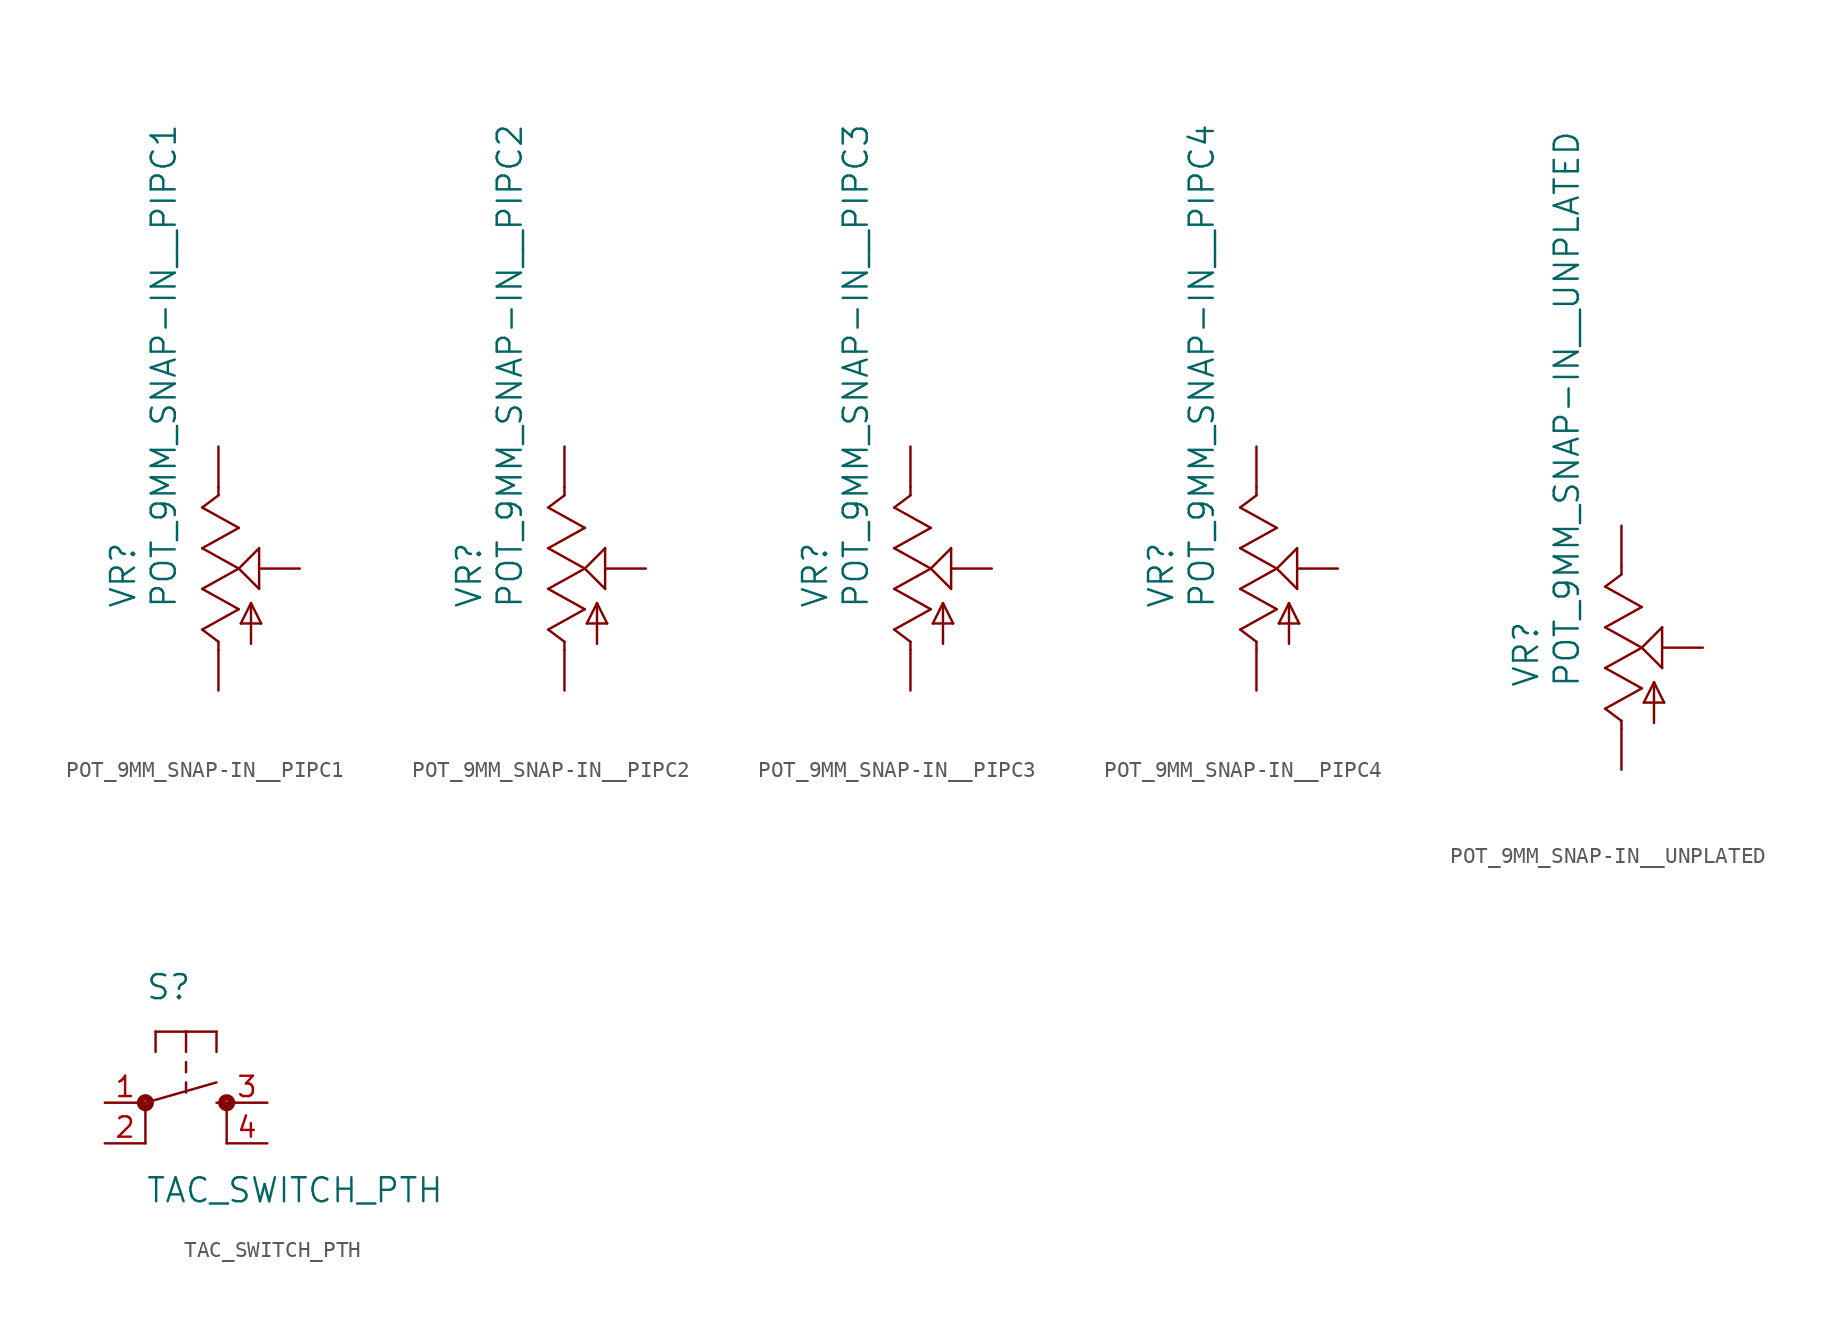
<source format=kicad_sym>
(kicad_symbol_lib
  (version 20231120)
  (generator "kicad_symbol_editor")
  (generator_version "8.0")
  (symbol "POT_9MM_SNAP-IN__PIPC1"
    (pin_names
      (offset 1.016))
    (property "Reference" "VR"
      (at -5.08 -2.54 90)
      (effects (font (size 1.499 1.499)) (justify left bottom)))
    (property "Value" "POT_9MM_SNAP-IN__PIPC1"
      (at -2.54 -2.54 90)
      (effects (font (size 1.499 1.499)) (justify left bottom)))
    (property "ki_locked" ""
      (at 0 0 0)
      (effects (font (size 1.27 1.27))))
    (symbol "POT_9MM_SNAP-IN__PIPC1_1_0"
      (polyline (pts (xy -1.016 -3.81) (xy 1.27 -2.54)) (stroke (width 0) (type solid)) (fill (type none)))
      (polyline (pts (xy -1.016 -1.27) (xy 1.27 0)) (stroke (width 0) (type solid)) (fill (type none)))
      (polyline (pts (xy -1.016 1.27) (xy 1.27 2.54)) (stroke (width 0) (type solid)) (fill (type none)))
      (polyline (pts (xy -1.016 3.81) (xy 0 4.572)) (stroke (width 0) (type solid)) (fill (type none)))
      (polyline (pts (xy 0 -5.08) (xy 0 -4.572)) (stroke (width 0) (type solid)) (fill (type none)))
      (polyline (pts (xy 0 -4.572) (xy -1.016 -3.81)) (stroke (width 0) (type solid)) (fill (type none)))
      (polyline (pts (xy 0 4.572) (xy 0 5.08)) (stroke (width 0) (type solid)) (fill (type none)))
      (polyline (pts (xy 1.27 -2.54) (xy -1.016 -1.27)) (stroke (width 0) (type solid)) (fill (type none)))
      (polyline (pts (xy 1.27 0) (xy -1.016 1.27)) (stroke (width 0) (type solid)) (fill (type none)))
      (polyline (pts (xy 1.27 0) (xy 2.54 1.27)) (stroke (width 0) (type solid)) (fill (type none)))
      (polyline (pts (xy 1.27 2.54) (xy -1.016 3.81)) (stroke (width 0) (type solid)) (fill (type none)))
      (polyline (pts (xy 1.397 -3.429) (xy 2.032 -2.159)) (stroke (width 0) (type solid)) (fill (type none)))
      (polyline (pts (xy 2.032 -4.699) (xy 2.032 -2.159)) (stroke (width 0) (type solid)) (fill (type none)))
      (polyline (pts (xy 2.032 -2.159) (xy 2.667 -3.429)) (stroke (width 0) (type solid)) (fill (type none)))
      (polyline (pts (xy 2.54 -1.27) (xy 1.27 0)) (stroke (width 0) (type solid)) (fill (type none)))
      (polyline (pts (xy 2.54 1.27) (xy 2.54 -1.27)) (stroke (width 0) (type solid)) (fill (type none)))
      (polyline (pts (xy 2.667 -3.429) (xy 1.397 -3.429)) (stroke (width 0) (type solid)) (fill (type none)))
      (pin passive line (at 0 -7.62 90) (length 2.54) (name "1" (effects (font (size 0 0)))) (number "1" (effects (font (size 0 0)))))
      (pin passive line (at 5.08 0 180) (length 2.54) (name "2" (effects (font (size 0 0)))) (number "2" (effects (font (size 0 0)))))
      (pin passive line (at 0 7.62 270) (length 2.54) (name "3" (effects (font (size 0 0)))) (number "3" (effects (font (size 0 0)))))))
  (symbol "POT_9MM_SNAP-IN__PIPC2"
    (pin_names
      (offset 1.016))
    (property "Reference" "VR"
      (at -5.08 -2.54 90)
      (effects (font (size 1.499 1.499)) (justify left bottom)))
    (property "Value" "POT_9MM_SNAP-IN__PIPC2"
      (at -2.54 -2.54 90)
      (effects (font (size 1.499 1.499)) (justify left bottom)))
    (property "ki_locked" ""
      (at 0 0 0)
      (effects (font (size 1.27 1.27))))
    (symbol "POT_9MM_SNAP-IN__PIPC2_1_0"
      (polyline (pts (xy -1.016 -3.81) (xy 1.27 -2.54)) (stroke (width 0) (type solid)) (fill (type none)))
      (polyline (pts (xy -1.016 -1.27) (xy 1.27 0)) (stroke (width 0) (type solid)) (fill (type none)))
      (polyline (pts (xy -1.016 1.27) (xy 1.27 2.54)) (stroke (width 0) (type solid)) (fill (type none)))
      (polyline (pts (xy -1.016 3.81) (xy 0 4.572)) (stroke (width 0) (type solid)) (fill (type none)))
      (polyline (pts (xy 0 -5.08) (xy 0 -4.572)) (stroke (width 0) (type solid)) (fill (type none)))
      (polyline (pts (xy 0 -4.572) (xy -1.016 -3.81)) (stroke (width 0) (type solid)) (fill (type none)))
      (polyline (pts (xy 0 4.572) (xy 0 5.08)) (stroke (width 0) (type solid)) (fill (type none)))
      (polyline (pts (xy 1.27 -2.54) (xy -1.016 -1.27)) (stroke (width 0) (type solid)) (fill (type none)))
      (polyline (pts (xy 1.27 0) (xy -1.016 1.27)) (stroke (width 0) (type solid)) (fill (type none)))
      (polyline (pts (xy 1.27 0) (xy 2.54 1.27)) (stroke (width 0) (type solid)) (fill (type none)))
      (polyline (pts (xy 1.27 2.54) (xy -1.016 3.81)) (stroke (width 0) (type solid)) (fill (type none)))
      (polyline (pts (xy 1.397 -3.429) (xy 2.032 -2.159)) (stroke (width 0) (type solid)) (fill (type none)))
      (polyline (pts (xy 2.032 -4.699) (xy 2.032 -2.159)) (stroke (width 0) (type solid)) (fill (type none)))
      (polyline (pts (xy 2.032 -2.159) (xy 2.667 -3.429)) (stroke (width 0) (type solid)) (fill (type none)))
      (polyline (pts (xy 2.54 -1.27) (xy 1.27 0)) (stroke (width 0) (type solid)) (fill (type none)))
      (polyline (pts (xy 2.54 1.27) (xy 2.54 -1.27)) (stroke (width 0) (type solid)) (fill (type none)))
      (polyline (pts (xy 2.667 -3.429) (xy 1.397 -3.429)) (stroke (width 0) (type solid)) (fill (type none)))
      (pin passive line (at 0 -7.62 90) (length 2.54) (name "1" (effects (font (size 0 0)))) (number "1" (effects (font (size 0 0)))))
      (pin passive line (at 5.08 0 180) (length 2.54) (name "2" (effects (font (size 0 0)))) (number "2" (effects (font (size 0 0)))))
      (pin passive line (at 0 7.62 270) (length 2.54) (name "3" (effects (font (size 0 0)))) (number "3" (effects (font (size 0 0)))))))
  (symbol "POT_9MM_SNAP-IN__PIPC3"
    (pin_names
      (offset 1.016))
    (property "Reference" "VR"
      (at -5.08 -2.54 90)
      (effects (font (size 1.499 1.499)) (justify left bottom)))
    (property "Value" "POT_9MM_SNAP-IN__PIPC3"
      (at -2.54 -2.54 90)
      (effects (font (size 1.499 1.499)) (justify left bottom)))
    (property "ki_locked" ""
      (at 0 0 0)
      (effects (font (size 1.27 1.27))))
    (symbol "POT_9MM_SNAP-IN__PIPC3_1_0"
      (polyline (pts (xy -1.016 -3.81) (xy 1.27 -2.54)) (stroke (width 0) (type solid)) (fill (type none)))
      (polyline (pts (xy -1.016 -1.27) (xy 1.27 0)) (stroke (width 0) (type solid)) (fill (type none)))
      (polyline (pts (xy -1.016 1.27) (xy 1.27 2.54)) (stroke (width 0) (type solid)) (fill (type none)))
      (polyline (pts (xy -1.016 3.81) (xy 0 4.572)) (stroke (width 0) (type solid)) (fill (type none)))
      (polyline (pts (xy 0 -5.08) (xy 0 -4.572)) (stroke (width 0) (type solid)) (fill (type none)))
      (polyline (pts (xy 0 -4.572) (xy -1.016 -3.81)) (stroke (width 0) (type solid)) (fill (type none)))
      (polyline (pts (xy 0 4.572) (xy 0 5.08)) (stroke (width 0) (type solid)) (fill (type none)))
      (polyline (pts (xy 1.27 -2.54) (xy -1.016 -1.27)) (stroke (width 0) (type solid)) (fill (type none)))
      (polyline (pts (xy 1.27 0) (xy -1.016 1.27)) (stroke (width 0) (type solid)) (fill (type none)))
      (polyline (pts (xy 1.27 0) (xy 2.54 1.27)) (stroke (width 0) (type solid)) (fill (type none)))
      (polyline (pts (xy 1.27 2.54) (xy -1.016 3.81)) (stroke (width 0) (type solid)) (fill (type none)))
      (polyline (pts (xy 1.397 -3.429) (xy 2.032 -2.159)) (stroke (width 0) (type solid)) (fill (type none)))
      (polyline (pts (xy 2.032 -4.699) (xy 2.032 -2.159)) (stroke (width 0) (type solid)) (fill (type none)))
      (polyline (pts (xy 2.032 -2.159) (xy 2.667 -3.429)) (stroke (width 0) (type solid)) (fill (type none)))
      (polyline (pts (xy 2.54 -1.27) (xy 1.27 0)) (stroke (width 0) (type solid)) (fill (type none)))
      (polyline (pts (xy 2.54 1.27) (xy 2.54 -1.27)) (stroke (width 0) (type solid)) (fill (type none)))
      (polyline (pts (xy 2.667 -3.429) (xy 1.397 -3.429)) (stroke (width 0) (type solid)) (fill (type none)))
      (pin passive line (at 0 -7.62 90) (length 2.54) (name "1" (effects (font (size 0 0)))) (number "1" (effects (font (size 0 0)))))
      (pin passive line (at 5.08 0 180) (length 2.54) (name "2" (effects (font (size 0 0)))) (number "2" (effects (font (size 0 0)))))
      (pin passive line (at 0 7.62 270) (length 2.54) (name "3" (effects (font (size 0 0)))) (number "3" (effects (font (size 0 0)))))))
  (symbol "POT_9MM_SNAP-IN__PIPC4"
    (pin_names
      (offset 1.016))
    (property "Reference" "VR"
      (at -5.08 -2.54 90)
      (effects (font (size 1.499 1.499)) (justify left bottom)))
    (property "Value" "POT_9MM_SNAP-IN__PIPC4"
      (at -2.54 -2.54 90)
      (effects (font (size 1.499 1.499)) (justify left bottom)))
    (property "ki_locked" ""
      (at 0 0 0)
      (effects (font (size 1.27 1.27))))
    (symbol "POT_9MM_SNAP-IN__PIPC4_1_0"
      (polyline (pts (xy -1.016 -3.81) (xy 1.27 -2.54)) (stroke (width 0) (type solid)) (fill (type none)))
      (polyline (pts (xy -1.016 -1.27) (xy 1.27 0)) (stroke (width 0) (type solid)) (fill (type none)))
      (polyline (pts (xy -1.016 1.27) (xy 1.27 2.54)) (stroke (width 0) (type solid)) (fill (type none)))
      (polyline (pts (xy -1.016 3.81) (xy 0 4.572)) (stroke (width 0) (type solid)) (fill (type none)))
      (polyline (pts (xy 0 -5.08) (xy 0 -4.572)) (stroke (width 0) (type solid)) (fill (type none)))
      (polyline (pts (xy 0 -4.572) (xy -1.016 -3.81)) (stroke (width 0) (type solid)) (fill (type none)))
      (polyline (pts (xy 0 4.572) (xy 0 5.08)) (stroke (width 0) (type solid)) (fill (type none)))
      (polyline (pts (xy 1.27 -2.54) (xy -1.016 -1.27)) (stroke (width 0) (type solid)) (fill (type none)))
      (polyline (pts (xy 1.27 0) (xy -1.016 1.27)) (stroke (width 0) (type solid)) (fill (type none)))
      (polyline (pts (xy 1.27 0) (xy 2.54 1.27)) (stroke (width 0) (type solid)) (fill (type none)))
      (polyline (pts (xy 1.27 2.54) (xy -1.016 3.81)) (stroke (width 0) (type solid)) (fill (type none)))
      (polyline (pts (xy 1.397 -3.429) (xy 2.032 -2.159)) (stroke (width 0) (type solid)) (fill (type none)))
      (polyline (pts (xy 2.032 -4.699) (xy 2.032 -2.159)) (stroke (width 0) (type solid)) (fill (type none)))
      (polyline (pts (xy 2.032 -2.159) (xy 2.667 -3.429)) (stroke (width 0) (type solid)) (fill (type none)))
      (polyline (pts (xy 2.54 -1.27) (xy 1.27 0)) (stroke (width 0) (type solid)) (fill (type none)))
      (polyline (pts (xy 2.54 1.27) (xy 2.54 -1.27)) (stroke (width 0) (type solid)) (fill (type none)))
      (polyline (pts (xy 2.667 -3.429) (xy 1.397 -3.429)) (stroke (width 0) (type solid)) (fill (type none)))
      (pin passive line (at 0 -7.62 90) (length 2.54) (name "1" (effects (font (size 0 0)))) (number "1" (effects (font (size 0 0)))))
      (pin passive line (at 5.08 0 180) (length 2.54) (name "2" (effects (font (size 0 0)))) (number "2" (effects (font (size 0 0)))))
      (pin passive line (at 0 7.62 270) (length 2.54) (name "3" (effects (font (size 0 0)))) (number "3" (effects (font (size 0 0)))))))
  (symbol "POT_9MM_SNAP-IN__UNPLATED"
    (pin_names
      (offset 1.016))
    (property "Reference" "VR"
      (at -5.08 -2.54 90)
      (effects (font (size 1.499 1.499)) (justify left bottom)))
    (property "Value" "POT_9MM_SNAP-IN__UNPLATED"
      (at -2.54 -2.54 90)
      (effects (font (size 1.499 1.499)) (justify left bottom)))
    (property "ki_locked" ""
      (at 0 0 0)
      (effects (font (size 1.27 1.27))))
    (symbol "POT_9MM_SNAP-IN__UNPLATED_1_0"
      (polyline (pts (xy -1.016 -3.81) (xy 1.27 -2.54)) (stroke (width 0) (type solid)) (fill (type none)))
      (polyline (pts (xy -1.016 -1.27) (xy 1.27 0)) (stroke (width 0) (type solid)) (fill (type none)))
      (polyline (pts (xy -1.016 1.27) (xy 1.27 2.54)) (stroke (width 0) (type solid)) (fill (type none)))
      (polyline (pts (xy -1.016 3.81) (xy 0 4.572)) (stroke (width 0) (type solid)) (fill (type none)))
      (polyline (pts (xy 0 -5.08) (xy 0 -4.572)) (stroke (width 0) (type solid)) (fill (type none)))
      (polyline (pts (xy 0 -4.572) (xy -1.016 -3.81)) (stroke (width 0) (type solid)) (fill (type none)))
      (polyline (pts (xy 0 4.572) (xy 0 5.08)) (stroke (width 0) (type solid)) (fill (type none)))
      (polyline (pts (xy 1.27 -2.54) (xy -1.016 -1.27)) (stroke (width 0) (type solid)) (fill (type none)))
      (polyline (pts (xy 1.27 0) (xy -1.016 1.27)) (stroke (width 0) (type solid)) (fill (type none)))
      (polyline (pts (xy 1.27 0) (xy 2.54 1.27)) (stroke (width 0) (type solid)) (fill (type none)))
      (polyline (pts (xy 1.27 2.54) (xy -1.016 3.81)) (stroke (width 0) (type solid)) (fill (type none)))
      (polyline (pts (xy 1.397 -3.429) (xy 2.032 -2.159)) (stroke (width 0) (type solid)) (fill (type none)))
      (polyline (pts (xy 2.032 -4.699) (xy 2.032 -2.159)) (stroke (width 0) (type solid)) (fill (type none)))
      (polyline (pts (xy 2.032 -2.159) (xy 2.667 -3.429)) (stroke (width 0) (type solid)) (fill (type none)))
      (polyline (pts (xy 2.54 -1.27) (xy 1.27 0)) (stroke (width 0) (type solid)) (fill (type none)))
      (polyline (pts (xy 2.54 1.27) (xy 2.54 -1.27)) (stroke (width 0) (type solid)) (fill (type none)))
      (polyline (pts (xy 2.667 -3.429) (xy 1.397 -3.429)) (stroke (width 0) (type solid)) (fill (type none)))
      (pin passive line (at 0 -7.62 90) (length 2.54) (name "1" (effects (font (size 0 0)))) (number "1" (effects (font (size 0 0)))))
      (pin passive line (at 5.08 0 180) (length 2.54) (name "2" (effects (font (size 0 0)))) (number "2" (effects (font (size 0 0)))))
      (pin passive line (at 0 7.62 270) (length 2.54) (name "3" (effects (font (size 0 0)))) (number "3" (effects (font (size 0 0)))))))
  (symbol "TAC_SWITCH_PTH"
    (pin_names
      (offset 1.016))
    (property "Reference" "S"
      (at -2.54 6.35 0)
      (effects (font (size 1.499 1.499)) (justify left bottom)))
    (property "Value" "TAC_SWITCH_PTH"
      (at -2.54 -6.35 0)
      (effects (font (size 1.499 1.499)) (justify left bottom)))
    (property "ki_locked" ""
      (at 0 0 0)
      (effects (font (size 1.27 1.27))))
    (symbol "TAC_SWITCH_PTH_1_0"
      (circle (center -2.54 0) (radius 0.127) (stroke (width 0.406) (type solid)) (fill (type none)))
      (polyline (pts (xy -2.54 -2.54) (xy -2.54 0)) (stroke (width 0) (type solid)) (fill (type none)))
      (polyline (pts (xy -2.54 0) (xy 1.905 1.27)) (stroke (width 0) (type solid)) (fill (type none)))
      (polyline (pts (xy -1.905 4.445) (xy -1.905 3.175)) (stroke (width 0) (type solid)) (fill (type none)))
      (polyline (pts (xy 0 1.27) (xy 0 0.635)) (stroke (width 0) (type solid)) (fill (type none)))
      (polyline (pts (xy 0 2.54) (xy 0 1.905)) (stroke (width 0) (type solid)) (fill (type none)))
      (polyline (pts (xy 0 4.445) (xy -1.905 4.445)) (stroke (width 0) (type solid)) (fill (type none)))
      (polyline (pts (xy 0 4.445) (xy 0 3.175)) (stroke (width 0) (type solid)) (fill (type none)))
      (polyline (pts (xy 1.905 0) (xy 2.54 0)) (stroke (width 0) (type solid)) (fill (type none)))
      (polyline (pts (xy 1.905 4.445) (xy 0 4.445)) (stroke (width 0) (type solid)) (fill (type none)))
      (polyline (pts (xy 1.905 4.445) (xy 1.905 3.175)) (stroke (width 0) (type solid)) (fill (type none)))
      (polyline (pts (xy 2.54 -2.54) (xy 2.54 0)) (stroke (width 0) (type solid)) (fill (type none)))
      (circle (center 2.54 0) (radius 0.127) (stroke (width 0.406) (type solid)) (fill (type none)))
      (pin passive line (at -5.08 0 0) (length 2.54) (name "1" (effects (font (size 0 0)))) (number "1" (effects (font (size 1.27 1.27)))))
      (pin passive line (at -5.08 -2.54 0) (length 2.54) (name "2" (effects (font (size 0 0)))) (number "2" (effects (font (size 1.27 1.27)))))
      (pin passive line (at 5.08 0 180) (length 2.54) (name "3" (effects (font (size 0 0)))) (number "3" (effects (font (size 1.27 1.27)))))
      (pin passive line (at 5.08 -2.54 180) (length 2.54) (name "4" (effects (font (size 0 0)))) (number "4" (effects (font (size 1.27 1.27))))))))
</source>
